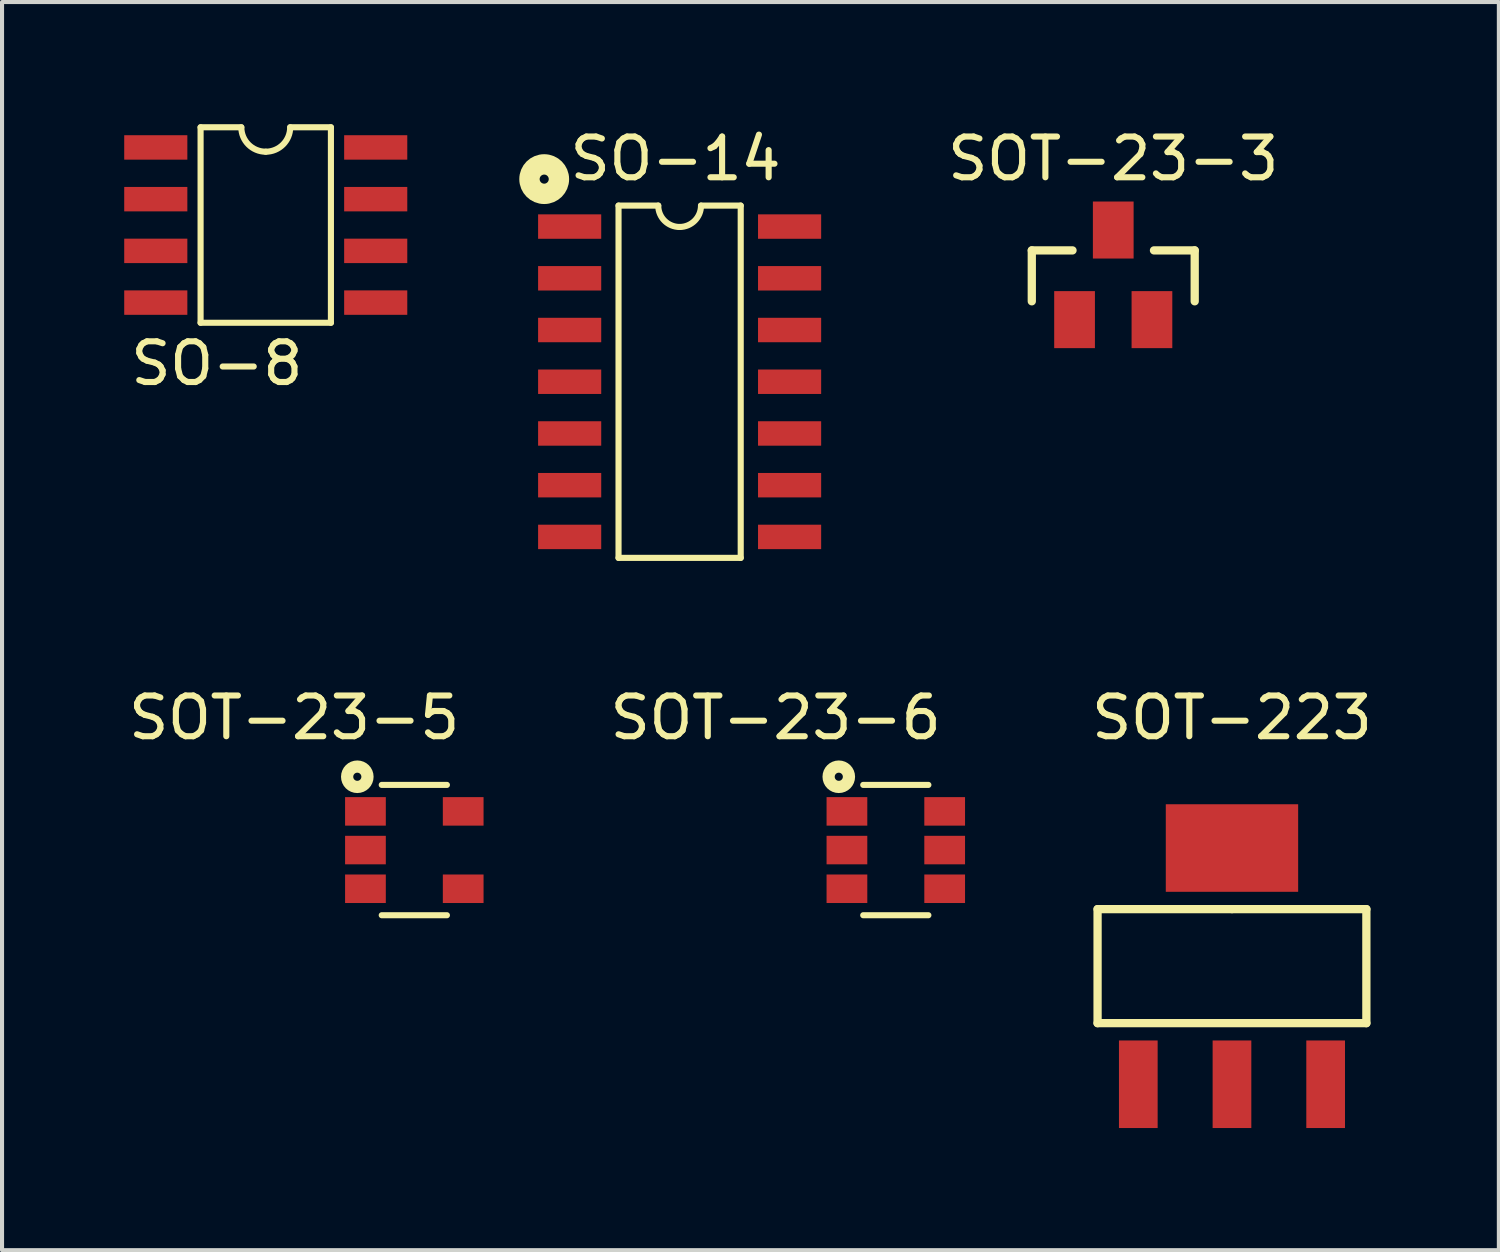
<source format=kicad_pcb>
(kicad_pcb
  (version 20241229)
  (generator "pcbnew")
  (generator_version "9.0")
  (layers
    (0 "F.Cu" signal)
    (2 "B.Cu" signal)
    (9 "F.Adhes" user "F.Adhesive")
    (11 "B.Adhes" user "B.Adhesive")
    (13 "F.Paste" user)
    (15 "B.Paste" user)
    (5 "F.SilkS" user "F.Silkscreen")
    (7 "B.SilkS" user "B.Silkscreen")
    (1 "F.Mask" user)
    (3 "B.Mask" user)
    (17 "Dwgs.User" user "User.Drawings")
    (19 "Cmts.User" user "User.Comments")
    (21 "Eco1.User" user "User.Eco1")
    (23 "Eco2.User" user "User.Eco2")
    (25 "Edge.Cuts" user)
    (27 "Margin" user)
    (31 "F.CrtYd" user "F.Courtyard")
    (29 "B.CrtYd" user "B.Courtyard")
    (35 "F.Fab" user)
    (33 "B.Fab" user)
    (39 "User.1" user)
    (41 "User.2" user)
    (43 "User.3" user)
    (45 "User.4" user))
  (footprint "SOT-23-5"
    (layer "F.Cu")
    (at 7.123 17.822)
    (property "Reference" "SOT-23-5" (at -2.95 -3.25 0) (layer "F.SilkS") (effects (font (size 1 1) (thickness 0.15))))
    (attr through_hole)
    (fp_line (start -0.8 -1.6) (end 0.8 -1.6) (stroke (width 0.15) (type solid)) (layer "F.SilkS"))
    (fp_line (start -0.8 1.6) (end 0.8 1.6) (stroke (width 0.15) (type solid)) (layer "F.SilkS"))
    (fp_circle (center -1.4 -1.8) (end -1.3 -1.8) (stroke (width 0.3) (type solid)) (fill no) (layer "F.SilkS"))
    (pad "1" smd rect (at -1.2 -0.95) (size 1 0.7) (layers "F.Cu" "F.Mask" "F.Paste"))
    (pad "2" smd rect (at -1.2 0) (size 1 0.7) (layers "F.Cu" "F.Mask" "F.Paste"))
    (pad "3" smd rect (at -1.2 0.95) (size 1 0.7) (layers "F.Cu" "F.Mask" "F.Paste"))
    (pad "4" smd rect (at 1.2 0.95) (size 1 0.7) (layers "F.Cu" "F.Mask" "F.Paste"))
    (pad "5" smd rect (at 1.2 -0.95) (size 1 0.7) (layers "F.Cu" "F.Mask" "F.Paste")))
  (footprint "SO-8"
    (layer "F.Cu")
    (at 3.475 2.475)
    (property "Reference" "SO-8" (at -1.2 3.4 0) (layer "F.SilkS") (effects (font (size 1 1) (thickness 0.15))))
    (attr through_hole)
    (fp_line (start -1.6 -2.4) (end -0.6 -2.4) (stroke (width 0.15) (type solid)) (layer "F.SilkS"))
    (fp_line (start -1.6 2.4) (end -1.6 -2.4) (stroke (width 0.15) (type solid)) (layer "F.SilkS"))
    (fp_line (start -1.6 2.4) (end 1.6 2.4) (stroke (width 0.15) (type solid)) (layer "F.SilkS"))
    (fp_line (start 1.6 -2.4) (end 0.6 -2.4) (stroke (width 0.15) (type solid)) (layer "F.SilkS"))
    (fp_line (start 1.6 2.4) (end 1.6 -2.4) (stroke (width 0.15) (type solid)) (layer "F.SilkS"))
    (fp_arc (start 0 -1.8) (mid -0.424264 -1.975736) (end -0.6 -2.4) (stroke (width 0.15) (type solid)) (layer "F.SilkS"))
    (fp_arc (start 0.6 -2.4) (mid 0.424264 -1.975736) (end 0 -1.8) (stroke (width 0.15) (type solid)) (layer "F.SilkS"))
    (pad "1" smd rect (at -2.7 -1.905) (size 1.55 0.6) (layers "F.Cu" "F.Mask" "F.Paste"))
    (pad "2" smd rect (at -2.7 -0.635) (size 1.55 0.6) (layers "F.Cu" "F.Mask" "F.Paste"))
    (pad "3" smd rect (at -2.7 0.635) (size 1.55 0.6) (layers "F.Cu" "F.Mask" "F.Paste"))
    (pad "4" smd rect (at -2.7 1.905) (size 1.55 0.6) (layers "F.Cu" "F.Mask" "F.Paste"))
    (pad "5" smd rect (at 2.7 1.905) (size 1.55 0.6) (layers "F.Cu" "F.Mask" "F.Paste"))
    (pad "6" smd rect (at 2.7 0.635) (size 1.55 0.6) (layers "F.Cu" "F.Mask" "F.Paste"))
    (pad "7" smd rect (at 2.7 -0.635) (size 1.55 0.6) (layers "F.Cu" "F.Mask" "F.Paste"))
    (pad "8" smd rect (at 2.7 -1.905) (size 1.55 0.6) (layers "F.Cu" "F.Mask" "F.Paste")))
  (footprint "SOT-223"
    (layer "F.Cu")
    (at 27.199 23.572)
    (property "Reference" "SOT-223" (at 0 -9 0) (layer "F.SilkS") (effects (font (size 1 1) (thickness 0.15))))
    (attr through_hole)
    (fp_line (start -3.3 -4.3) (end 0 -4.3) (stroke (width 0.203) (type solid)) (layer "F.SilkS"))
    (fp_line (start -3.3 -1.5) (end -3.3 -4.3) (stroke (width 0.203) (type solid)) (layer "F.SilkS"))
    (fp_line (start 0 -4.3) (end 3.3 -4.3) (stroke (width 0.203) (type solid)) (layer "F.SilkS"))
    (fp_line (start 3.3 -4.3) (end 3.3 -1.5) (stroke (width 0.203) (type solid)) (layer "F.SilkS"))
    (fp_line (start 3.3 -1.5) (end -3.3 -1.5) (stroke (width 0.203) (type solid)) (layer "F.SilkS"))
    (pad "1" smd rect (at -2.3 0) (size 0.95 2.15) (layers "F.Cu" "F.Mask" "F.Paste"))
    (pad "2" smd rect (at 0 0) (size 0.95 2.15) (layers "F.Cu" "F.Mask" "F.Paste"))
    (pad "3" smd rect (at 2.3 0) (size 0.95 2.15) (layers "F.Cu" "F.Mask" "F.Paste"))
    (pad "4" smd rect (at 0 -5.8) (size 3.25 2.15) (layers "F.Cu" "F.Mask" "F.Paste")))
  (footprint "SOT-23-3"
    (layer "F.Cu")
    (at 24.284 2.598)
    (property "Reference" "SOT-23-3" (at 0 -1.75 0) (layer "F.SilkS") (effects (font (size 1 1) (thickness 0.15))))
    (attr through_hole)
    (fp_line (start -2 0.5) (end -2 1.75) (stroke (width 0.203) (type solid)) (layer "F.SilkS"))
    (fp_line (start -1 0.5) (end -2 0.5) (stroke (width 0.203) (type solid)) (layer "F.SilkS"))
    (fp_line (start 1 0.5) (end 2 0.5) (stroke (width 0.203) (type solid)) (layer "F.SilkS"))
    (fp_line (start 2 0.5) (end 2 1.75) (stroke (width 0.203) (type solid)) (layer "F.SilkS"))
    (pad "1" smd rect (at -0.95 2.2) (size 1 1.4) (layers "F.Cu" "F.Mask" "F.Paste"))
    (pad "2" smd rect (at 0.95 2.2) (size 1 1.4) (layers "F.Cu" "F.Mask" "F.Paste"))
    (pad "3" smd rect (at 0 0) (size 1 1.4) (layers "F.Cu" "F.Mask" "F.Paste")))
  (footprint "SO-14"
    (layer "F.Cu")
    (at 13.637 6.323)
    (property "Reference" "SO-14" (at -0.1 -5.475 0) (layer "F.SilkS") (effects (font (size 1 1) (thickness 0.15))))
    (attr through_hole)
    (fp_line (start -1.5 4.325) (end -1.5 -4.325) (stroke (width 0.15) (type solid)) (layer "F.SilkS"))
    (fp_line (start -0.525 -4.325) (end -1.5 -4.325) (stroke (width 0.15) (type solid)) (layer "F.SilkS"))
    (fp_line (start 0.525 -4.325) (end 1.5 -4.325) (stroke (width 0.15) (type solid)) (layer "F.SilkS"))
    (fp_line (start 1.5 -4.325) (end 1.5 4.325) (stroke (width 0.15) (type solid)) (layer "F.SilkS"))
    (fp_line (start 1.5 4.325) (end -1.5 4.325) (stroke (width 0.15) (type solid)) (layer "F.SilkS"))
    (fp_arc (start 0 -3.8) (mid -0.371231 -3.953769) (end -0.525 -4.325) (stroke (width 0.15) (type solid)) (layer "F.SilkS"))
    (fp_arc (start 0.525 -4.325) (mid 0.371231 -3.953769) (end 0 -3.8) (stroke (width 0.15) (type solid)) (layer "F.SilkS"))
    (fp_circle (center -3.325 -4.975) (end -3.225 -4.925) (stroke (width 0.5) (type solid)) (fill no) (layer "F.SilkS"))
    (pad "1" smd rect (at -2.7 -3.81) (size 1.55 0.6) (layers "F.Cu" "F.Mask" "F.Paste"))
    (pad "2" smd rect (at -2.7 -2.54) (size 1.55 0.6) (layers "F.Cu" "F.Mask" "F.Paste"))
    (pad "3" smd rect (at -2.7 -1.27) (size 1.55 0.6) (layers "F.Cu" "F.Mask" "F.Paste"))
    (pad "4" smd rect (at -2.7 0) (size 1.55 0.6) (layers "F.Cu" "F.Mask" "F.Paste"))
    (pad "5" smd rect (at -2.7 1.27) (size 1.55 0.6) (layers "F.Cu" "F.Mask" "F.Paste"))
    (pad "6" smd rect (at -2.7 2.54) (size 1.55 0.6) (layers "F.Cu" "F.Mask" "F.Paste"))
    (pad "7" smd rect (at -2.7 3.81) (size 1.55 0.6) (layers "F.Cu" "F.Mask" "F.Paste"))
    (pad "8" smd rect (at 2.7 3.81) (size 1.55 0.6) (layers "F.Cu" "F.Mask" "F.Paste"))
    (pad "9" smd rect (at 2.7 2.54) (size 1.55 0.6) (layers "F.Cu" "F.Mask" "F.Paste"))
    (pad "10" smd rect (at 2.7 1.27) (size 1.55 0.6) (layers "F.Cu" "F.Mask" "F.Paste"))
    (pad "11" smd rect (at 2.7 0) (size 1.55 0.6) (layers "F.Cu" "F.Mask" "F.Paste"))
    (pad "12" smd rect (at 2.7 -1.27) (size 1.55 0.6) (layers "F.Cu" "F.Mask" "F.Paste"))
    (pad "13" smd rect (at 2.7 -2.54) (size 1.55 0.6) (layers "F.Cu" "F.Mask" "F.Paste"))
    (pad "14" smd rect (at 2.7 -3.81) (size 1.55 0.6) (layers "F.Cu" "F.Mask" "F.Paste")))
  (footprint "SOT-23-6"
    (layer "F.Cu")
    (at 18.945 17.822)
    (property "Reference" "SOT-23-6" (at -2.95 -3.25 0) (layer "F.SilkS") (effects (font (size 1 1) (thickness 0.15))))
    (attr through_hole)
    (fp_line (start -0.8 -1.6) (end 0.8 -1.6) (stroke (width 0.15) (type solid)) (layer "F.SilkS"))
    (fp_line (start -0.8 1.6) (end 0.8 1.6) (stroke (width 0.15) (type solid)) (layer "F.SilkS"))
    (fp_circle (center -1.4 -1.8) (end -1.3 -1.8) (stroke (width 0.3) (type solid)) (fill no) (layer "F.SilkS"))
    (pad "1" smd rect (at -1.2 -0.95) (size 1 0.7) (layers "F.Cu" "F.Mask" "F.Paste"))
    (pad "2" smd rect (at -1.2 0) (size 1 0.7) (layers "F.Cu" "F.Mask" "F.Paste"))
    (pad "3" smd rect (at -1.2 0.95) (size 1 0.7) (layers "F.Cu" "F.Mask" "F.Paste"))
    (pad "4" smd rect (at 1.2 0.95) (size 1 0.7) (layers "F.Cu" "F.Mask" "F.Paste"))
    (pad "5" smd rect (at 1.2 0) (size 1 0.7) (layers "F.Cu" "F.Mask" "F.Paste"))
    (pad "6" smd rect (at 1.2 -0.95) (size 1 0.7) (layers "F.Cu" "F.Mask" "F.Paste")))
  (gr_rect
    (start -3 -3)
    (end 33.752 27.646)
    (stroke (width 0.1) (type default))
    (fill no)
    (layer "Edge.Cuts")))
</source>
